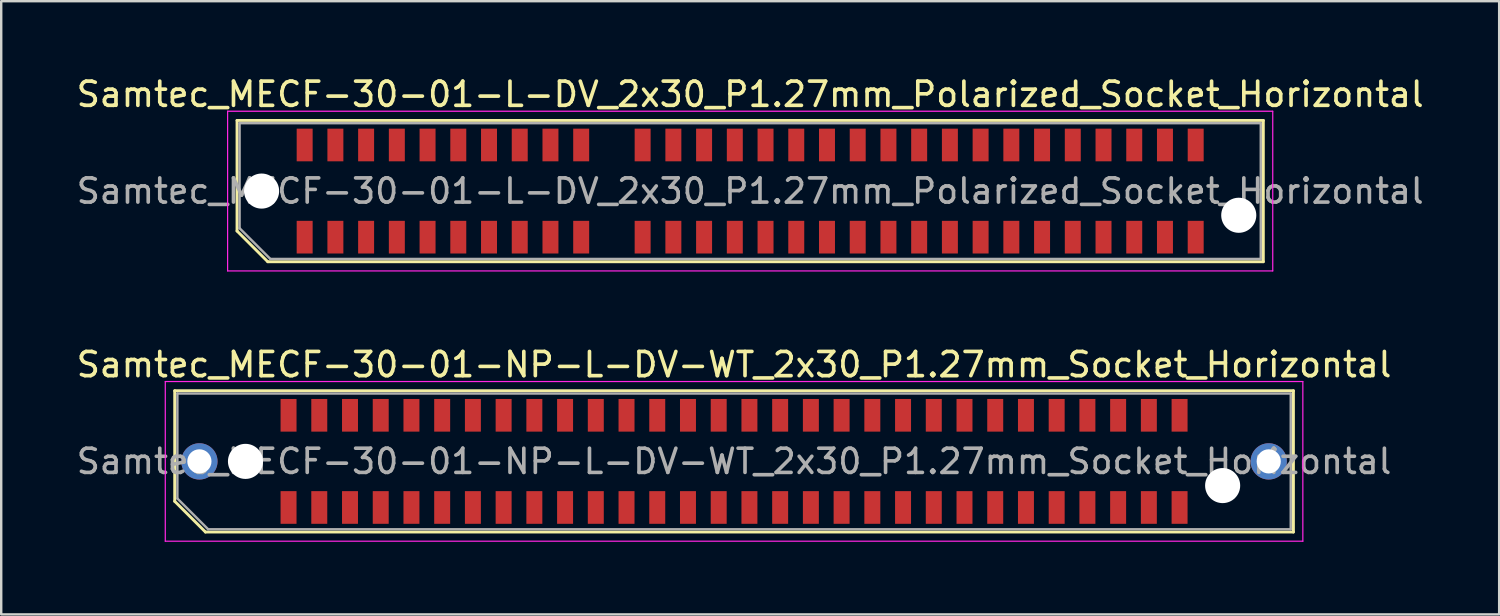
<source format=kicad_pcb>
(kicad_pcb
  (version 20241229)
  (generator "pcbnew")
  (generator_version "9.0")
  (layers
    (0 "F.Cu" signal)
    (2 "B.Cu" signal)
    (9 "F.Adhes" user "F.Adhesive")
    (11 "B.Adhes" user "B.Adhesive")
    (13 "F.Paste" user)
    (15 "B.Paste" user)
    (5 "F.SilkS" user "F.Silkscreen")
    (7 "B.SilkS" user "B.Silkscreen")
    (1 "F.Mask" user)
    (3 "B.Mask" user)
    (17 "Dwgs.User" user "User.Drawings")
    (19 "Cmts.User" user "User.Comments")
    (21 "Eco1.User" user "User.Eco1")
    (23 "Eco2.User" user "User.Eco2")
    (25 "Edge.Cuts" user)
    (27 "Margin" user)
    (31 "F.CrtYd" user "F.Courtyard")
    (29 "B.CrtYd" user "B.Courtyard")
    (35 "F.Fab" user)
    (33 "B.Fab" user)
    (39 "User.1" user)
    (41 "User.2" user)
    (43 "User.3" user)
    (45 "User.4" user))
  (footprint "Samtec_MECF-30-01-L-DV_2x30_P1.27mm_Polarized_Socket_Horizontal"
    (layer "F.Cu")
    (at 27.958 4.848)
    (property "Reference" "Samtec_MECF-30-01-L-DV_2x30_P1.27mm_Polarized_Socket_Horizontal" (at 0 -4 0) (layer "F.SilkS") (effects (font (size 1 1) (thickness 0.15))))
    (attr smd)
    (fp_line (start -21.21 -2.92) (end 21.21 -2.92) (stroke (width 0.12) (type solid)) (layer "F.SilkS"))
    (fp_line (start -21.21 1.65) (end -21.21 -2.92) (stroke (width 0.12) (type solid)) (layer "F.SilkS"))
    (fp_line (start -19.94 2.92) (end -21.21 1.65) (stroke (width 0.12) (type solid)) (layer "F.SilkS"))
    (fp_line (start -19.94 2.92) (end 21.21 2.92) (stroke (width 0.12) (type solid)) (layer "F.SilkS"))
    (fp_line (start 21.21 2.92) (end 21.21 -2.92) (stroke (width 0.12) (type solid)) (layer "F.SilkS"))
    (fp_line (start -21.6 -3.3) (end -21.6 3.3) (stroke (width 0.05) (type solid)) (layer "F.CrtYd"))
    (fp_line (start -21.6 3.3) (end 21.6 3.3) (stroke (width 0.05) (type solid)) (layer "F.CrtYd"))
    (fp_line (start 21.6 -3.3) (end -21.6 -3.3) (stroke (width 0.05) (type solid)) (layer "F.CrtYd"))
    (fp_line (start 21.6 3.3) (end 21.6 -3.3) (stroke (width 0.05) (type solid)) (layer "F.CrtYd"))
    (fp_line (start -21.105 -2.805) (end 21.105 -2.805) (stroke (width 0.1) (type solid)) (layer "F.Fab"))
    (fp_line (start -21.105 1.535) (end -21.105 -2.805) (stroke (width 0.1) (type solid)) (layer "F.Fab"))
    (fp_line (start -21.105 1.535) (end -19.835 2.805) (stroke (width 0.1) (type solid)) (layer "F.Fab"))
    (fp_line (start -19.835 2.805) (end 21.105 2.805) (stroke (width 0.1) (type solid)) (layer "F.Fab"))
    (fp_line (start 21.105 2.805) (end 21.105 -2.805) (stroke (width 0.1) (type solid)) (layer "F.Fab"))
    (fp_text user "${REFERENCE}" (at 0 0 0) (layer "F.Fab") (effects (font (size 1 1) (thickness 0.15))))
    (pad "" np_thru_hole circle (at -20.195 0) (size 1.45 1.45) (drill 1.45) (layers "*.Cu" "*.Mask"))
    (pad "" np_thru_hole circle (at 20.195 1) (size 1.45 1.45) (drill 1.45) (layers "*.Cu" "*.Mask"))
    (pad "1" smd rect (at -18.415 1.905) (size 0.66 1.35) (layers "F.Cu" "F.Mask" "F.Paste"))
    (pad "2" smd rect (at -18.415 -1.905) (size 0.66 1.35) (layers "F.Cu" "F.Mask" "F.Paste"))
    (pad "3" smd rect (at -17.145 1.905) (size 0.66 1.35) (layers "F.Cu" "F.Mask" "F.Paste"))
    (pad "4" smd rect (at -17.145 -1.905) (size 0.66 1.35) (layers "F.Cu" "F.Mask" "F.Paste"))
    (pad "5" smd rect (at -15.875 1.905) (size 0.66 1.35) (layers "F.Cu" "F.Mask" "F.Paste"))
    (pad "6" smd rect (at -15.875 -1.905) (size 0.66 1.35) (layers "F.Cu" "F.Mask" "F.Paste"))
    (pad "7" smd rect (at -14.605 1.905) (size 0.66 1.35) (layers "F.Cu" "F.Mask" "F.Paste"))
    (pad "8" smd rect (at -14.605 -1.905) (size 0.66 1.35) (layers "F.Cu" "F.Mask" "F.Paste"))
    (pad "9" smd rect (at -13.335 1.905) (size 0.66 1.35) (layers "F.Cu" "F.Mask" "F.Paste"))
    (pad "10" smd rect (at -13.335 -1.905) (size 0.66 1.35) (layers "F.Cu" "F.Mask" "F.Paste"))
    (pad "11" smd rect (at -12.065 1.905) (size 0.66 1.35) (layers "F.Cu" "F.Mask" "F.Paste"))
    (pad "12" smd rect (at -12.065 -1.905) (size 0.66 1.35) (layers "F.Cu" "F.Mask" "F.Paste"))
    (pad "13" smd rect (at -10.795 1.905) (size 0.66 1.35) (layers "F.Cu" "F.Mask" "F.Paste"))
    (pad "14" smd rect (at -10.795 -1.905) (size 0.66 1.35) (layers "F.Cu" "F.Mask" "F.Paste"))
    (pad "15" smd rect (at -9.525 1.905) (size 0.66 1.35) (layers "F.Cu" "F.Mask" "F.Paste"))
    (pad "16" smd rect (at -9.525 -1.905) (size 0.66 1.35) (layers "F.Cu" "F.Mask" "F.Paste"))
    (pad "17" smd rect (at -8.255 1.905) (size 0.66 1.35) (layers "F.Cu" "F.Mask" "F.Paste"))
    (pad "18" smd rect (at -8.255 -1.905) (size 0.66 1.35) (layers "F.Cu" "F.Mask" "F.Paste"))
    (pad "19" smd rect (at -6.985 1.905) (size 0.66 1.35) (layers "F.Cu" "F.Mask" "F.Paste"))
    (pad "20" smd rect (at -6.985 -1.905) (size 0.66 1.35) (layers "F.Cu" "F.Mask" "F.Paste"))
    (pad "23" smd rect (at -4.445 1.905) (size 0.66 1.35) (layers "F.Cu" "F.Mask" "F.Paste"))
    (pad "24" smd rect (at -4.445 -1.905) (size 0.66 1.35) (layers "F.Cu" "F.Mask" "F.Paste"))
    (pad "25" smd rect (at -3.175 1.905) (size 0.66 1.35) (layers "F.Cu" "F.Mask" "F.Paste"))
    (pad "26" smd rect (at -3.175 -1.905) (size 0.66 1.35) (layers "F.Cu" "F.Mask" "F.Paste"))
    (pad "27" smd rect (at -1.905 1.905) (size 0.66 1.35) (layers "F.Cu" "F.Mask" "F.Paste"))
    (pad "28" smd rect (at -1.905 -1.905) (size 0.66 1.35) (layers "F.Cu" "F.Mask" "F.Paste"))
    (pad "29" smd rect (at -0.635 1.905) (size 0.66 1.35) (layers "F.Cu" "F.Mask" "F.Paste"))
    (pad "30" smd rect (at -0.635 -1.905) (size 0.66 1.35) (layers "F.Cu" "F.Mask" "F.Paste"))
    (pad "31" smd rect (at 0.635 1.905) (size 0.66 1.35) (layers "F.Cu" "F.Mask" "F.Paste"))
    (pad "32" smd rect (at 0.635 -1.905) (size 0.66 1.35) (layers "F.Cu" "F.Mask" "F.Paste"))
    (pad "33" smd rect (at 1.905 1.905) (size 0.66 1.35) (layers "F.Cu" "F.Mask" "F.Paste"))
    (pad "34" smd rect (at 1.905 -1.905) (size 0.66 1.35) (layers "F.Cu" "F.Mask" "F.Paste"))
    (pad "35" smd rect (at 3.175 1.905) (size 0.66 1.35) (layers "F.Cu" "F.Mask" "F.Paste"))
    (pad "36" smd rect (at 3.175 -1.905) (size 0.66 1.35) (layers "F.Cu" "F.Mask" "F.Paste"))
    (pad "37" smd rect (at 4.445 1.905) (size 0.66 1.35) (layers "F.Cu" "F.Mask" "F.Paste"))
    (pad "38" smd rect (at 4.445 -1.905) (size 0.66 1.35) (layers "F.Cu" "F.Mask" "F.Paste"))
    (pad "39" smd rect (at 5.715 1.905) (size 0.66 1.35) (layers "F.Cu" "F.Mask" "F.Paste"))
    (pad "40" smd rect (at 5.715 -1.905) (size 0.66 1.35) (layers "F.Cu" "F.Mask" "F.Paste"))
    (pad "41" smd rect (at 6.985 1.905) (size 0.66 1.35) (layers "F.Cu" "F.Mask" "F.Paste"))
    (pad "42" smd rect (at 6.985 -1.905) (size 0.66 1.35) (layers "F.Cu" "F.Mask" "F.Paste"))
    (pad "43" smd rect (at 8.255 1.905) (size 0.66 1.35) (layers "F.Cu" "F.Mask" "F.Paste"))
    (pad "44" smd rect (at 8.255 -1.905) (size 0.66 1.35) (layers "F.Cu" "F.Mask" "F.Paste"))
    (pad "45" smd rect (at 9.525 1.905) (size 0.66 1.35) (layers "F.Cu" "F.Mask" "F.Paste"))
    (pad "46" smd rect (at 9.525 -1.905) (size 0.66 1.35) (layers "F.Cu" "F.Mask" "F.Paste"))
    (pad "47" smd rect (at 10.795 1.905) (size 0.66 1.35) (layers "F.Cu" "F.Mask" "F.Paste"))
    (pad "48" smd rect (at 10.795 -1.905) (size 0.66 1.35) (layers "F.Cu" "F.Mask" "F.Paste"))
    (pad "49" smd rect (at 12.065 1.905) (size 0.66 1.35) (layers "F.Cu" "F.Mask" "F.Paste"))
    (pad "50" smd rect (at 12.065 -1.905) (size 0.66 1.35) (layers "F.Cu" "F.Mask" "F.Paste"))
    (pad "51" smd rect (at 13.335 1.905) (size 0.66 1.35) (layers "F.Cu" "F.Mask" "F.Paste"))
    (pad "52" smd rect (at 13.335 -1.905) (size 0.66 1.35) (layers "F.Cu" "F.Mask" "F.Paste"))
    (pad "53" smd rect (at 14.605 1.905) (size 0.66 1.35) (layers "F.Cu" "F.Mask" "F.Paste"))
    (pad "54" smd rect (at 14.605 -1.905) (size 0.66 1.35) (layers "F.Cu" "F.Mask" "F.Paste"))
    (pad "55" smd rect (at 15.875 1.905) (size 0.66 1.35) (layers "F.Cu" "F.Mask" "F.Paste"))
    (pad "56" smd rect (at 15.875 -1.905) (size 0.66 1.35) (layers "F.Cu" "F.Mask" "F.Paste"))
    (pad "57" smd rect (at 17.145 1.905) (size 0.66 1.35) (layers "F.Cu" "F.Mask" "F.Paste"))
    (pad "58" smd rect (at 17.145 -1.905) (size 0.66 1.35) (layers "F.Cu" "F.Mask" "F.Paste"))
    (pad "59" smd rect (at 18.415 1.905) (size 0.66 1.35) (layers "F.Cu" "F.Mask" "F.Paste"))
    (pad "60" smd rect (at 18.415 -1.905) (size 0.66 1.35) (layers "F.Cu" "F.Mask" "F.Paste")))
  (footprint "Samtec_MECF-30-01-NP-L-DV-WT_2x30_P1.27mm_Socket_Horizontal"
    (layer "F.Cu")
    (at 27.292 16.021)
    (property "Reference" "Samtec_MECF-30-01-NP-L-DV-WT_2x30_P1.27mm_Socket_Horizontal" (at 0 -4 0) (layer "F.SilkS") (effects (font (size 1 1) (thickness 0.15))))
    (attr smd)
    (fp_line (start -23.12 -2.92) (end 23.12 -2.92) (stroke (width 0.12) (type solid)) (layer "F.SilkS"))
    (fp_line (start -23.12 1.65) (end -23.12 -2.92) (stroke (width 0.12) (type solid)) (layer "F.SilkS"))
    (fp_line (start -21.85 2.92) (end -23.12 1.65) (stroke (width 0.12) (type solid)) (layer "F.SilkS"))
    (fp_line (start -21.85 2.92) (end 23.12 2.92) (stroke (width 0.12) (type solid)) (layer "F.SilkS"))
    (fp_line (start 23.12 2.92) (end 23.12 -2.92) (stroke (width 0.12) (type solid)) (layer "F.SilkS"))
    (fp_line (start -23.51 -3.3) (end -23.51 3.3) (stroke (width 0.05) (type solid)) (layer "F.CrtYd"))
    (fp_line (start -23.51 3.3) (end 23.51 3.3) (stroke (width 0.05) (type solid)) (layer "F.CrtYd"))
    (fp_line (start 23.51 -3.3) (end -23.51 -3.3) (stroke (width 0.05) (type solid)) (layer "F.CrtYd"))
    (fp_line (start 23.51 3.3) (end 23.51 -3.3) (stroke (width 0.05) (type solid)) (layer "F.CrtYd"))
    (fp_line (start -23.01 -2.805) (end 23.01 -2.805) (stroke (width 0.1) (type solid)) (layer "F.Fab"))
    (fp_line (start -23.01 1.535) (end -23.01 -2.805) (stroke (width 0.1) (type solid)) (layer "F.Fab"))
    (fp_line (start -23.01 1.535) (end -21.74 2.805) (stroke (width 0.1) (type solid)) (layer "F.Fab"))
    (fp_line (start -21.74 2.805) (end 23.01 2.805) (stroke (width 0.1) (type solid)) (layer "F.Fab"))
    (fp_line (start 23.01 2.805) (end 23.01 -2.805) (stroke (width 0.1) (type solid)) (layer "F.Fab"))
    (fp_text user "${REFERENCE}" (at 0 0 0) (layer "F.Fab") (effects (font (size 1 1) (thickness 0.15))))
    (pad "" thru_hole circle (at -22.1 0) (size 1.5 1.5) (drill 1) (layers "*.Cu" "*.Mask"))
    (pad "" np_thru_hole circle (at -20.195 0) (size 1.45 1.45) (drill 1.45) (layers "*.Cu" "*.Mask"))
    (pad "" np_thru_hole circle (at 20.195 1) (size 1.45 1.45) (drill 1.45) (layers "*.Cu" "*.Mask"))
    (pad "" thru_hole circle (at 22.1 0) (size 1.5 1.5) (drill 1) (layers "*.Cu" "*.Mask"))
    (pad "1" smd rect (at -18.415 1.905) (size 0.66 1.35) (layers "F.Cu" "F.Mask" "F.Paste"))
    (pad "2" smd rect (at -18.415 -1.905) (size 0.66 1.35) (layers "F.Cu" "F.Mask" "F.Paste"))
    (pad "3" smd rect (at -17.145 1.905) (size 0.66 1.35) (layers "F.Cu" "F.Mask" "F.Paste"))
    (pad "4" smd rect (at -17.145 -1.905) (size 0.66 1.35) (layers "F.Cu" "F.Mask" "F.Paste"))
    (pad "5" smd rect (at -15.875 1.905) (size 0.66 1.35) (layers "F.Cu" "F.Mask" "F.Paste"))
    (pad "6" smd rect (at -15.875 -1.905) (size 0.66 1.35) (layers "F.Cu" "F.Mask" "F.Paste"))
    (pad "7" smd rect (at -14.605 1.905) (size 0.66 1.35) (layers "F.Cu" "F.Mask" "F.Paste"))
    (pad "8" smd rect (at -14.605 -1.905) (size 0.66 1.35) (layers "F.Cu" "F.Mask" "F.Paste"))
    (pad "9" smd rect (at -13.335 1.905) (size 0.66 1.35) (layers "F.Cu" "F.Mask" "F.Paste"))
    (pad "10" smd rect (at -13.335 -1.905) (size 0.66 1.35) (layers "F.Cu" "F.Mask" "F.Paste"))
    (pad "11" smd rect (at -12.065 1.905) (size 0.66 1.35) (layers "F.Cu" "F.Mask" "F.Paste"))
    (pad "12" smd rect (at -12.065 -1.905) (size 0.66 1.35) (layers "F.Cu" "F.Mask" "F.Paste"))
    (pad "13" smd rect (at -10.795 1.905) (size 0.66 1.35) (layers "F.Cu" "F.Mask" "F.Paste"))
    (pad "14" smd rect (at -10.795 -1.905) (size 0.66 1.35) (layers "F.Cu" "F.Mask" "F.Paste"))
    (pad "15" smd rect (at -9.525 1.905) (size 0.66 1.35) (layers "F.Cu" "F.Mask" "F.Paste"))
    (pad "16" smd rect (at -9.525 -1.905) (size 0.66 1.35) (layers "F.Cu" "F.Mask" "F.Paste"))
    (pad "17" smd rect (at -8.255 1.905) (size 0.66 1.35) (layers "F.Cu" "F.Mask" "F.Paste"))
    (pad "18" smd rect (at -8.255 -1.905) (size 0.66 1.35) (layers "F.Cu" "F.Mask" "F.Paste"))
    (pad "19" smd rect (at -6.985 1.905) (size 0.66 1.35) (layers "F.Cu" "F.Mask" "F.Paste"))
    (pad "20" smd rect (at -6.985 -1.905) (size 0.66 1.35) (layers "F.Cu" "F.Mask" "F.Paste"))
    (pad "21" smd rect (at -5.715 1.905) (size 0.66 1.35) (layers "F.Cu" "F.Mask" "F.Paste"))
    (pad "22" smd rect (at -5.715 -1.905) (size 0.66 1.35) (layers "F.Cu" "F.Mask" "F.Paste"))
    (pad "23" smd rect (at -4.445 1.905) (size 0.66 1.35) (layers "F.Cu" "F.Mask" "F.Paste"))
    (pad "24" smd rect (at -4.445 -1.905) (size 0.66 1.35) (layers "F.Cu" "F.Mask" "F.Paste"))
    (pad "25" smd rect (at -3.175 1.905) (size 0.66 1.35) (layers "F.Cu" "F.Mask" "F.Paste"))
    (pad "26" smd rect (at -3.175 -1.905) (size 0.66 1.35) (layers "F.Cu" "F.Mask" "F.Paste"))
    (pad "27" smd rect (at -1.905 1.905) (size 0.66 1.35) (layers "F.Cu" "F.Mask" "F.Paste"))
    (pad "28" smd rect (at -1.905 -1.905) (size 0.66 1.35) (layers "F.Cu" "F.Mask" "F.Paste"))
    (pad "29" smd rect (at -0.635 1.905) (size 0.66 1.35) (layers "F.Cu" "F.Mask" "F.Paste"))
    (pad "30" smd rect (at -0.635 -1.905) (size 0.66 1.35) (layers "F.Cu" "F.Mask" "F.Paste"))
    (pad "31" smd rect (at 0.635 1.905) (size 0.66 1.35) (layers "F.Cu" "F.Mask" "F.Paste"))
    (pad "32" smd rect (at 0.635 -1.905) (size 0.66 1.35) (layers "F.Cu" "F.Mask" "F.Paste"))
    (pad "33" smd rect (at 1.905 1.905) (size 0.66 1.35) (layers "F.Cu" "F.Mask" "F.Paste"))
    (pad "34" smd rect (at 1.905 -1.905) (size 0.66 1.35) (layers "F.Cu" "F.Mask" "F.Paste"))
    (pad "35" smd rect (at 3.175 1.905) (size 0.66 1.35) (layers "F.Cu" "F.Mask" "F.Paste"))
    (pad "36" smd rect (at 3.175 -1.905) (size 0.66 1.35) (layers "F.Cu" "F.Mask" "F.Paste"))
    (pad "37" smd rect (at 4.445 1.905) (size 0.66 1.35) (layers "F.Cu" "F.Mask" "F.Paste"))
    (pad "38" smd rect (at 4.445 -1.905) (size 0.66 1.35) (layers "F.Cu" "F.Mask" "F.Paste"))
    (pad "39" smd rect (at 5.715 1.905) (size 0.66 1.35) (layers "F.Cu" "F.Mask" "F.Paste"))
    (pad "40" smd rect (at 5.715 -1.905) (size 0.66 1.35) (layers "F.Cu" "F.Mask" "F.Paste"))
    (pad "41" smd rect (at 6.985 1.905) (size 0.66 1.35) (layers "F.Cu" "F.Mask" "F.Paste"))
    (pad "42" smd rect (at 6.985 -1.905) (size 0.66 1.35) (layers "F.Cu" "F.Mask" "F.Paste"))
    (pad "43" smd rect (at 8.255 1.905) (size 0.66 1.35) (layers "F.Cu" "F.Mask" "F.Paste"))
    (pad "44" smd rect (at 8.255 -1.905) (size 0.66 1.35) (layers "F.Cu" "F.Mask" "F.Paste"))
    (pad "45" smd rect (at 9.525 1.905) (size 0.66 1.35) (layers "F.Cu" "F.Mask" "F.Paste"))
    (pad "46" smd rect (at 9.525 -1.905) (size 0.66 1.35) (layers "F.Cu" "F.Mask" "F.Paste"))
    (pad "47" smd rect (at 10.795 1.905) (size 0.66 1.35) (layers "F.Cu" "F.Mask" "F.Paste"))
    (pad "48" smd rect (at 10.795 -1.905) (size 0.66 1.35) (layers "F.Cu" "F.Mask" "F.Paste"))
    (pad "49" smd rect (at 12.065 1.905) (size 0.66 1.35) (layers "F.Cu" "F.Mask" "F.Paste"))
    (pad "50" smd rect (at 12.065 -1.905) (size 0.66 1.35) (layers "F.Cu" "F.Mask" "F.Paste"))
    (pad "51" smd rect (at 13.335 1.905) (size 0.66 1.35) (layers "F.Cu" "F.Mask" "F.Paste"))
    (pad "52" smd rect (at 13.335 -1.905) (size 0.66 1.35) (layers "F.Cu" "F.Mask" "F.Paste"))
    (pad "53" smd rect (at 14.605 1.905) (size 0.66 1.35) (layers "F.Cu" "F.Mask" "F.Paste"))
    (pad "54" smd rect (at 14.605 -1.905) (size 0.66 1.35) (layers "F.Cu" "F.Mask" "F.Paste"))
    (pad "55" smd rect (at 15.875 1.905) (size 0.66 1.35) (layers "F.Cu" "F.Mask" "F.Paste"))
    (pad "56" smd rect (at 15.875 -1.905) (size 0.66 1.35) (layers "F.Cu" "F.Mask" "F.Paste"))
    (pad "57" smd rect (at 17.145 1.905) (size 0.66 1.35) (layers "F.Cu" "F.Mask" "F.Paste"))
    (pad "58" smd rect (at 17.145 -1.905) (size 0.66 1.35) (layers "F.Cu" "F.Mask" "F.Paste"))
    (pad "59" smd rect (at 18.415 1.905) (size 0.66 1.35) (layers "F.Cu" "F.Mask" "F.Paste"))
    (pad "60" smd rect (at 18.415 -1.905) (size 0.66 1.35) (layers "F.Cu" "F.Mask" "F.Paste")))
  (gr_rect
    (start -3 -3)
    (end 58.917 22.346)
    (stroke (width 0.1) (type default))
    (fill no)
    (layer "Edge.Cuts")))
</source>
